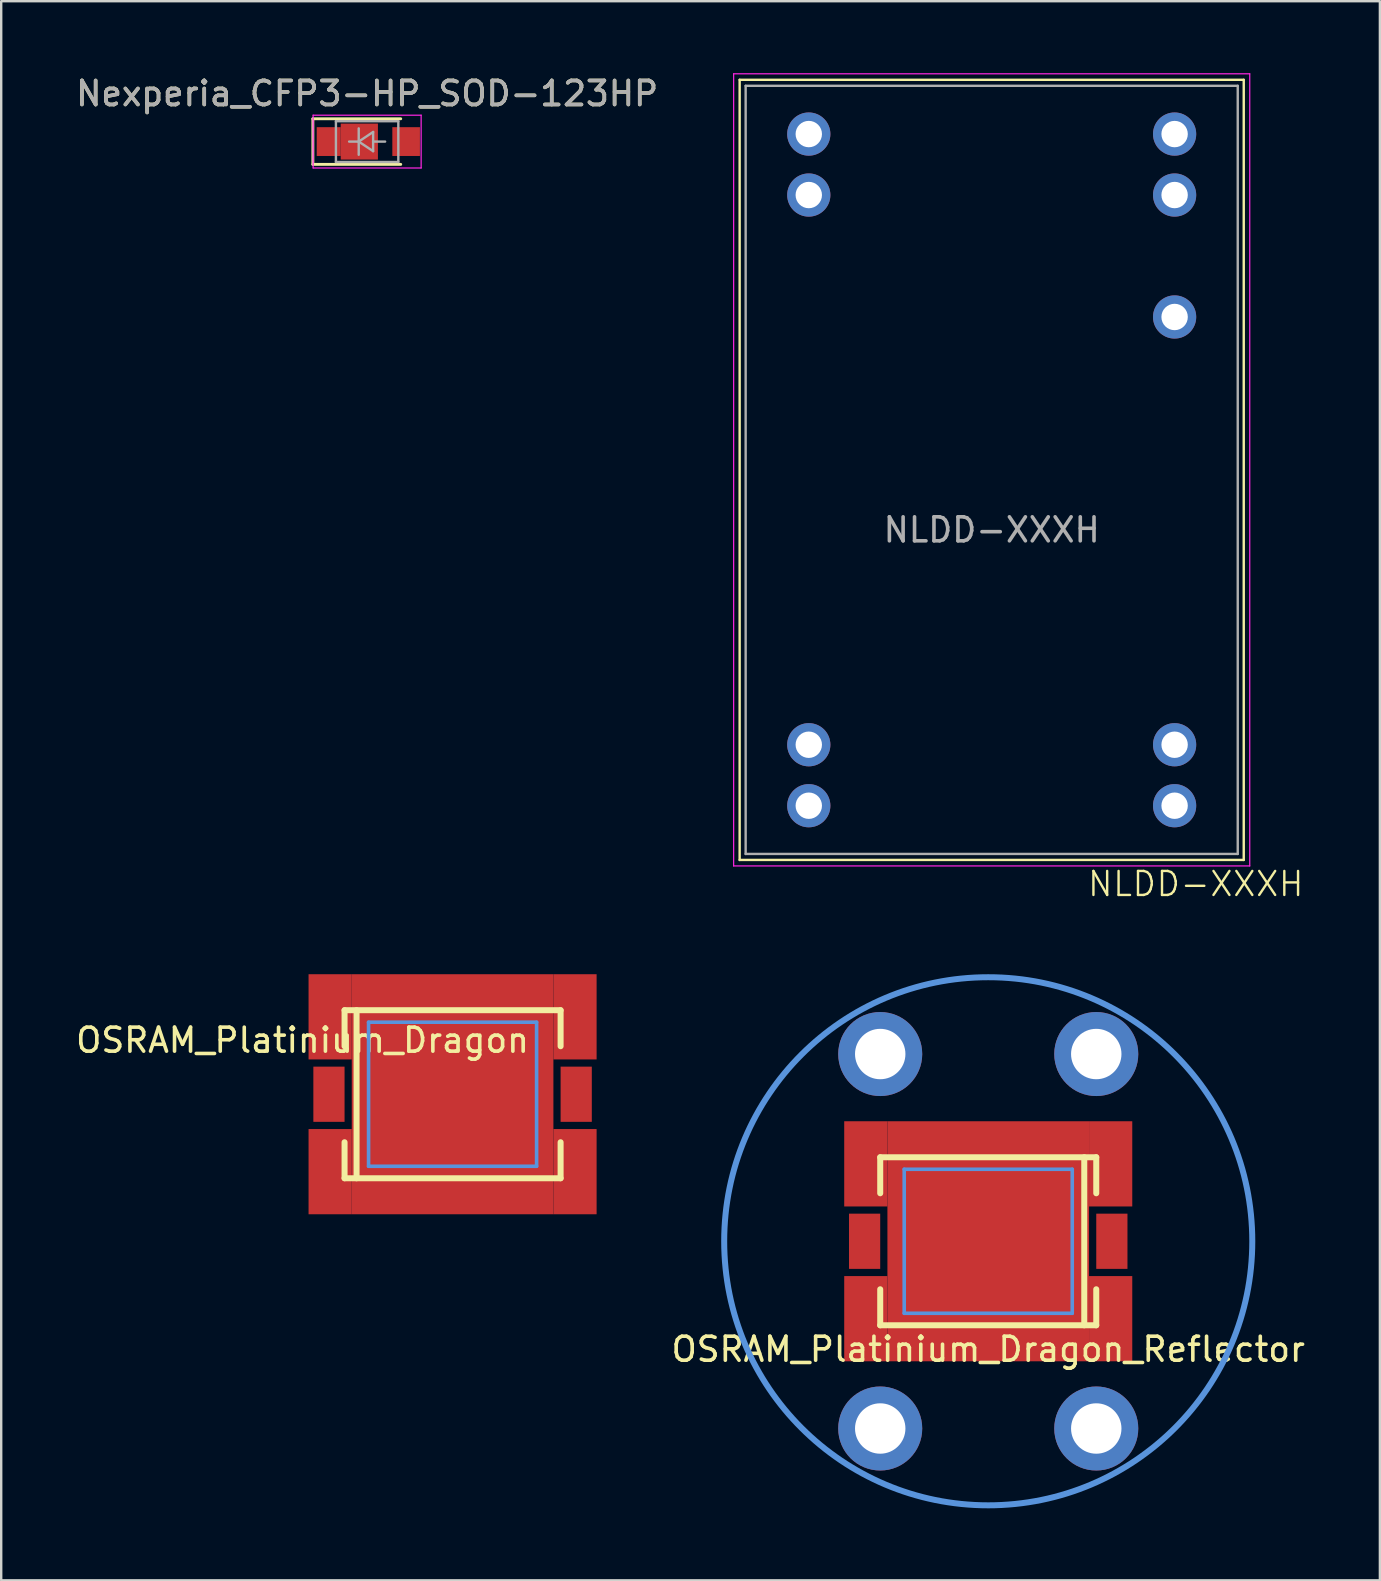
<source format=kicad_pcb>
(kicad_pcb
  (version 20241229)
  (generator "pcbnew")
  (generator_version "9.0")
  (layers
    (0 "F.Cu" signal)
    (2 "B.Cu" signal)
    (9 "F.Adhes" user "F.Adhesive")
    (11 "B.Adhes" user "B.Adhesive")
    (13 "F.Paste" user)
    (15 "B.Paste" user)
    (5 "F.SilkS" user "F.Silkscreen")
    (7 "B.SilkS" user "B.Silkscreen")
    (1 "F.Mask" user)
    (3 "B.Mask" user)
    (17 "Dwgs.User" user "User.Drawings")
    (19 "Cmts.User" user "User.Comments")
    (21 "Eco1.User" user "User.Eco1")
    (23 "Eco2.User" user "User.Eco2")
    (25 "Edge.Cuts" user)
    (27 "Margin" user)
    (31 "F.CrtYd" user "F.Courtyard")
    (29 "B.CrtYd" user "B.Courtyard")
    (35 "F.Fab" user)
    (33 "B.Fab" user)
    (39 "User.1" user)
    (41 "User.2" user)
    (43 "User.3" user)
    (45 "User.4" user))
  (footprint "OSRAM_Platinium_Dragon_Reflector"
    (layer "F.Cu")
    (at 38.119 48.66)
    (property "Reference" "OSRAM_Platinium_Dragon_Reflector" (at 0 4.5 0) (layer "F.SilkS") (effects (font (size 1 1) (thickness 0.15))))
    (attr through_hole)
    (fp_line (start -4.5 -3.5) (end 4.5 -3.5) (stroke (width 0.25) (type solid)) (layer "F.SilkS"))
    (fp_line (start -4.5 -2) (end -4.5 -3.5) (stroke (width 0.25) (type solid)) (layer "F.SilkS"))
    (fp_line (start -4.5 2) (end -4.5 3.5) (stroke (width 0.25) (type solid)) (layer "F.SilkS"))
    (fp_line (start -4.5 3.5) (end 4.5 3.5) (stroke (width 0.25) (type solid)) (layer "F.SilkS"))
    (fp_line (start 4 3.5) (end 4 -3.5) (stroke (width 0.25) (type solid)) (layer "F.SilkS"))
    (fp_line (start 4.5 -3.5) (end 4.5 -2) (stroke (width 0.25) (type solid)) (layer "F.SilkS"))
    (fp_line (start 4.5 3.5) (end 4.5 2) (stroke (width 0.25) (type solid)) (layer "F.SilkS"))
    (fp_line (start -3.5 -3) (end 3.5 -3) (stroke (width 0.15) (type solid)) (layer "Cmts.User"))
    (fp_line (start -3.5 3) (end -3.5 -3) (stroke (width 0.15) (type solid)) (layer "Cmts.User"))
    (fp_line (start 3.5 -3) (end 3.5 3) (stroke (width 0.15) (type solid)) (layer "Cmts.User"))
    (fp_line (start 3.5 3) (end -3.5 3) (stroke (width 0.15) (type solid)) (layer "Cmts.User"))
    (fp_circle (center 0 0) (end 11 0) (stroke (width 0.25) (type solid)) (fill no) (layer "Cmts.User"))
    (pad "" np_thru_hole circle (at -4.5 -7.8 90) (size 3.5 3.5) (drill 2.1) (layers "*.Cu" "*.Mask"))
    (pad "" np_thru_hole circle (at -4.5 7.8) (size 3.5 3.5) (drill 2.1) (layers "*.Cu" "*.Mask"))
    (pad "" smd circle (at 0 0) (size 2.5 2.5) (layers "F.Mask" "F.Paste"))
    (pad "" np_thru_hole circle (at 4.5 -7.8) (size 3.5 3.5) (drill 2.1) (layers "*.Cu" "*.Mask"))
    (pad "" np_thru_hole circle (at 4.5 7.8) (size 3.5 3.5) (drill 2.1) (layers "*.Cu" "*.Mask"))
    (pad "1" smd rect (at 5.15 0) (size 1.3 2.3) (layers "F.Cu" "F.Mask" "F.Paste"))
    (pad "2" smd rect (at -5.15 0) (size 1.3 2.3) (layers "F.Cu" "F.Mask" "F.Paste"))
    (pad "3" smd rect (at -5.1 -3.225) (size 1.8 3.55) (layers "F.Cu"))
    (pad "3" smd rect (at -5.1 3.225) (size 1.8 3.55) (layers "F.Cu"))
    (pad "3" smd rect (at 0 0) (size 8.4 10) (layers "F.Cu"))
    (pad "3" smd rect (at 5.1 -3.225) (size 1.8 3.55) (layers "F.Cu"))
    (pad "3" smd rect (at 5.1 3.225) (size 1.8 3.55) (layers "F.Cu")))
  (footprint "OSRAM_Platinium_Dragon"
    (layer "F.Cu")
    (at 15.804 42.535)
    (property "Reference" "OSRAM_Platinium_Dragon" (at -6.25 -2.25 180) (layer "F.SilkS") (effects (font (size 1 1) (thickness 0.15))))
    (attr smd)
    (fp_line (start -4.5 -3.5) (end -4.5 -2) (stroke (width 0.25) (type solid)) (layer "F.SilkS"))
    (fp_line (start -4.5 3.5) (end -4.5 2) (stroke (width 0.25) (type solid)) (layer "F.SilkS"))
    (fp_line (start -4 -3.5) (end -4 3.5) (stroke (width 0.25) (type solid)) (layer "F.SilkS"))
    (fp_line (start 4.5 -3.5) (end -4.5 -3.5) (stroke (width 0.25) (type solid)) (layer "F.SilkS"))
    (fp_line (start 4.5 -2) (end 4.5 -3.5) (stroke (width 0.25) (type solid)) (layer "F.SilkS"))
    (fp_line (start 4.5 2) (end 4.5 3.5) (stroke (width 0.25) (type solid)) (layer "F.SilkS"))
    (fp_line (start 4.5 3.5) (end -4.5 3.5) (stroke (width 0.25) (type solid)) (layer "F.SilkS"))
    (fp_line (start -3.5 -3) (end 3.5 -3) (stroke (width 0.15) (type solid)) (layer "Cmts.User"))
    (fp_line (start -3.5 3) (end -3.5 -3) (stroke (width 0.15) (type solid)) (layer "Cmts.User"))
    (fp_line (start 3.5 -3) (end 3.5 3) (stroke (width 0.15) (type solid)) (layer "Cmts.User"))
    (fp_line (start 3.5 3) (end -3.5 3) (stroke (width 0.15) (type solid)) (layer "Cmts.User"))
    (pad "" smd circle (at 0 0 180) (size 2.5 2.5) (layers "F.Mask" "F.Paste"))
    (pad "1" smd rect (at -5.15 0 180) (size 1.3 2.3) (layers "F.Cu" "F.Mask" "F.Paste"))
    (pad "2" smd rect (at 5.15 0 180) (size 1.3 2.3) (layers "F.Cu" "F.Mask" "F.Paste"))
    (pad "3" smd rect (at -5.1 -3.225 180) (size 1.8 3.55) (layers "F.Cu"))
    (pad "3" smd rect (at -5.1 3.225 180) (size 1.8 3.55) (layers "F.Cu"))
    (pad "3" smd rect (at 0 0 180) (size 8.4 10) (layers "F.Cu"))
    (pad "3" smd rect (at 5.1 -3.225 180) (size 1.8 3.55) (layers "F.Cu"))
    (pad "3" smd rect (at 5.1 3.225 180) (size 1.8 3.55) (layers "F.Cu")))
  (footprint "NLDD-XXXH"
    (layer "F.Cu")
    (at 38.263 16.525)
    (property "Reference" "NLDD-XXXH" (at 8.5 17.25 0) (unlocked yes) (layer "F.SilkS") (effects (font (size 1 1) (thickness 0.1))))
    (attr smd)
    (fp_line (start -10.5 -16.25) (end -10.5 16.25) (stroke (width 0.1) (type default)) (layer "F.SilkS"))
    (fp_line (start -10.5 16.25) (end 10.5 16.25) (stroke (width 0.1) (type default)) (layer "F.SilkS"))
    (fp_line (start 10.5 -16.25) (end -10.5 -16.25) (stroke (width 0.1) (type default)) (layer "F.SilkS"))
    (fp_line (start 10.5 16.25) (end 10.5 -16.25) (stroke (width 0.1) (type default)) (layer "F.SilkS"))
    (fp_line (start -10.75 -16.5) (end 10.75 -16.5) (stroke (width 0.05) (type default)) (layer "F.CrtYd"))
    (fp_line (start -10.75 16.5) (end -10.75 -16.5) (stroke (width 0.05) (type default)) (layer "F.CrtYd"))
    (fp_line (start 10.75 -16.5) (end 10.75 16.5) (stroke (width 0.05) (type default)) (layer "F.CrtYd"))
    (fp_line (start 10.75 16.5) (end -10.75 16.5) (stroke (width 0.05) (type default)) (layer "F.CrtYd"))
    (fp_line (start -10.25 -16) (end -10.25 16) (stroke (width 0.1) (type default)) (layer "F.Fab"))
    (fp_line (start 10.25 -16) (end -10.25 -16) (stroke (width 0.1) (type default)) (layer "F.Fab"))
    (fp_line (start 10.25 16) (end -10.25 16) (stroke (width 0.1) (type default)) (layer "F.Fab"))
    (fp_line (start 10.25 16) (end 10.25 -16) (stroke (width 0.1) (type default)) (layer "F.Fab"))
    (fp_text user "${REFERENCE}" (at 0 2.5 0) (unlocked yes) (layer "F.Fab") (effects (font (size 1 1) (thickness 0.15))))
    (pad "1" thru_hole circle (at -7.62 -13.99) (size 1.8 1.8) (drill 1.1) (layers "*.Cu" "*.Mask"))
    (pad "2" thru_hole circle (at -7.62 -11.45) (size 1.8 1.8) (drill 1.1) (layers "*.Cu" "*.Mask"))
    (pad "11" thru_hole circle (at -7.62 11.45) (size 1.8 1.8) (drill 1.1) (layers "*.Cu" "*.Mask"))
    (pad "12" thru_hole circle (at -7.62 13.99) (size 1.8 1.8) (drill 1.1) (layers "*.Cu" "*.Mask"))
    (pad "13" thru_hole circle (at 7.62 13.99) (size 1.8 1.8) (drill 1.1) (layers "*.Cu" "*.Mask"))
    (pad "14" thru_hole circle (at 7.62 11.45) (size 1.8 1.8) (drill 1.1) (layers "*.Cu" "*.Mask"))
    (pad "21" thru_hole circle (at 7.62 -6.37) (size 1.8 1.8) (drill 1.1) (layers "*.Cu" "*.Mask"))
    (pad "23" thru_hole circle (at 7.62 -11.45) (size 1.8 1.8) (drill 1.1) (layers "*.Cu" "*.Mask"))
    (pad "24" thru_hole circle (at 7.62 -13.99) (size 1.8 1.8) (drill 1.1) (layers "*.Cu" "*.Mask")))
  (footprint "Nexperia_CFP3-HP_SOD-123HP"
    (layer "F.Cu")
    (at 12.244 2.848)
    (property "Reference" "Nexperia_CFP3-HP_SOD-123HP" (at 0 -2 0) (layer "F.SilkS") (effects (font (size 1 1) (thickness 0.15))))
    (attr smd)
    (fp_line (start -2.26 -0.95) (end -2.26 0.95) (stroke (width 0.12) (type solid)) (layer "F.SilkS"))
    (fp_line (start -2.26 -0.95) (end 1.4 -0.95) (stroke (width 0.12) (type solid)) (layer "F.SilkS"))
    (fp_line (start -2.26 0.95) (end 1.4 0.95) (stroke (width 0.12) (type solid)) (layer "F.SilkS"))
    (fp_line (start -2.25 -1.1) (end -2.25 1.1) (stroke (width 0.05) (type solid)) (layer "F.CrtYd"))
    (fp_line (start -2.25 -1.1) (end 2.25 -1.1) (stroke (width 0.05) (type solid)) (layer "F.CrtYd"))
    (fp_line (start 2.25 -1.1) (end 2.25 1.1) (stroke (width 0.05) (type solid)) (layer "F.CrtYd"))
    (fp_line (start 2.25 1.1) (end -2.25 1.1) (stroke (width 0.05) (type solid)) (layer "F.CrtYd"))
    (fp_line (start -1.3 -0.85) (end 1.3 -0.85) (stroke (width 0.1) (type solid)) (layer "F.Fab"))
    (fp_line (start -1.3 0.85) (end -1.3 -0.85) (stroke (width 0.1) (type solid)) (layer "F.Fab"))
    (fp_line (start -0.75 0) (end -0.35 0) (stroke (width 0.1) (type solid)) (layer "F.Fab"))
    (fp_line (start -0.35 -0.55) (end -0.35 0.55) (stroke (width 0.1) (type solid)) (layer "F.Fab"))
    (fp_line (start -0.35 0) (end 0.25 -0.4) (stroke (width 0.1) (type solid)) (layer "F.Fab"))
    (fp_line (start -0.35 0) (end 0.25 0.4) (stroke (width 0.1) (type solid)) (layer "F.Fab"))
    (fp_line (start 0.25 -0.4) (end 0.25 0.4) (stroke (width 0.1) (type solid)) (layer "F.Fab"))
    (fp_line (start 0.75 0) (end 0.25 0) (stroke (width 0.1) (type solid)) (layer "F.Fab"))
    (fp_line (start 1.3 -0.85) (end 1.3 0.85) (stroke (width 0.1) (type solid)) (layer "F.Fab"))
    (fp_line (start 1.3 0.85) (end -1.3 0.85) (stroke (width 0.1) (type solid)) (layer "F.Fab"))
    (fp_text user "${REFERENCE}" (at 0 -2 0) (layer "F.Fab") (effects (font (size 1 1) (thickness 0.15))))
    (pad "1" smd rect (at -1.6 0) (size 0.9 1.1) (layers "F.Cu" "F.Paste"))
    (pad "1" smd rect (at -1.6 0) (size 1 1.2) (layers "F.Cu" "F.Mask"))
    (pad "1" smd rect (at -0.45 0) (size 0.9 1.1) (layers "F.Cu" "F.Paste"))
    (pad "1" smd rect (at -0.325 0) (size 1.55 1.5) (layers "F.Cu" "F.Mask"))
    (pad "2" smd rect (at 1.6 0 180) (size 0.9 1.1) (layers "F.Cu" "F.Paste"))
    (pad "2" smd rect (at 1.625 0) (size 1.15 1.2) (layers "F.Cu" "F.Mask")))
  (gr_rect
    (start -3 -3)
    (end 54.435 62.785)
    (stroke (width 0.1) (type default))
    (fill no)
    (layer "Edge.Cuts")))
</source>
